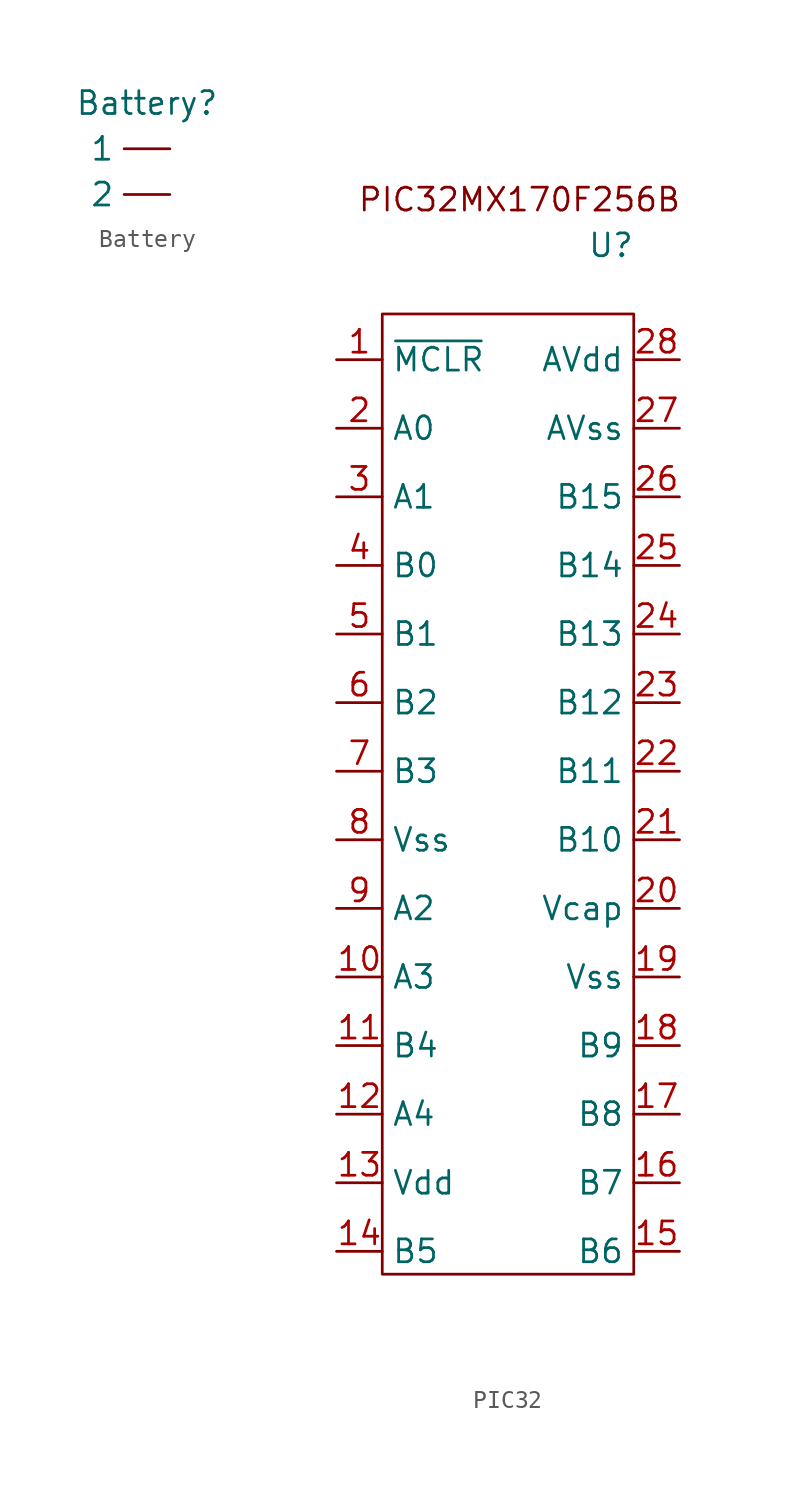
<source format=kicad_sym>
(kicad_symbol_lib
  (version 20220914)
  (generator kicad_symbol_editor)
  (symbol "Battery"
    (property "Reference" "Battery"
      (at 0 0 0)
      (effects (font (size 1.27 1.27))))
    (property "Value" ""
      (at 0 0 0)
      (effects (font (size 1.27 1.27))))
    (symbol "Battery_1_1"
      (pin input line (at 1.27 -2.54 180) (length 2.54) (name "1" (effects (font (size 1.27 1.27)))) (number "" (effects (font (size 1.27 1.27)))))
      (pin input line (at 1.27 -5.08 180) (length 2.54) (name "2" (effects (font (size 1.27 1.27)))) (number "" (effects (font (size 1.27 1.27)))))))
  (symbol "PIC32"
    (property "Reference" "U"
      (at 8.89 10.16 0)
      (effects (font (size 1.27 1.27))))
    (property "Value" ""
      (at -5.08 2.54 0)
      (effects (font (size 1.27 1.27))))
    (symbol "PIC32_0_1"
      (rectangle (start -3.81 6.35) (end 10.16 -46.99) (stroke (width 0) (type default)) (fill (type none))))
    (symbol "PIC32_1_1"
      (text "PIC32MX170F256B" (at 3.81 12.7 0) (effects (font (size 1.27 1.27))))
      (pin input line (at -6.35 3.81 0) (length 2.54) (name "~{MCLR}" (effects (font (size 1.27 1.27)))) (number "1" (effects (font (size 1.27 1.27)))))
      (pin input line (at -6.35 -30.48 0) (length 2.54) (name "A3" (effects (font (size 1.27 1.27)))) (number "10" (effects (font (size 1.27 1.27)))))
      (pin input line (at -6.35 -34.29 0) (length 2.54) (name "B4" (effects (font (size 1.27 1.27)))) (number "11" (effects (font (size 1.27 1.27)))))
      (pin input line (at -6.35 -38.1 0) (length 2.54) (name "A4" (effects (font (size 1.27 1.27)))) (number "12" (effects (font (size 1.27 1.27)))))
      (pin input line (at -6.35 -41.91 0) (length 2.54) (name "Vdd" (effects (font (size 1.27 1.27)))) (number "13" (effects (font (size 1.27 1.27)))))
      (pin input line (at -6.35 -45.72 0) (length 2.54) (name "B5" (effects (font (size 1.27 1.27)))) (number "14" (effects (font (size 1.27 1.27)))))
      (pin input line (at 12.7 -45.72 180) (length 2.54) (name "B6" (effects (font (size 1.27 1.27)))) (number "15" (effects (font (size 1.27 1.27)))))
      (pin input line (at 12.7 -41.91 180) (length 2.54) (name "B7" (effects (font (size 1.27 1.27)))) (number "16" (effects (font (size 1.27 1.27)))))
      (pin input line (at 12.7 -38.1 180) (length 2.54) (name "B8" (effects (font (size 1.27 1.27)))) (number "17" (effects (font (size 1.27 1.27)))))
      (pin input line (at 12.7 -34.29 180) (length 2.54) (name "B9" (effects (font (size 1.27 1.27)))) (number "18" (effects (font (size 1.27 1.27)))))
      (pin input line (at 12.7 -30.48 180) (length 2.54) (name "Vss" (effects (font (size 1.27 1.27)))) (number "19" (effects (font (size 1.27 1.27)))))
      (pin input line (at -6.35 0 0) (length 2.54) (name "A0" (effects (font (size 1.27 1.27)))) (number "2" (effects (font (size 1.27 1.27)))))
      (pin input line (at 12.7 -26.67 180) (length 2.54) (name "Vcap" (effects (font (size 1.27 1.27)))) (number "20" (effects (font (size 1.27 1.27)))))
      (pin input line (at 12.7 -22.86 180) (length 2.54) (name "B10" (effects (font (size 1.27 1.27)))) (number "21" (effects (font (size 1.27 1.27)))))
      (pin input line (at 12.7 -19.05 180) (length 2.54) (name "B11" (effects (font (size 1.27 1.27)))) (number "22" (effects (font (size 1.27 1.27)))))
      (pin input line (at 12.7 -15.24 180) (length 2.54) (name "B12" (effects (font (size 1.27 1.27)))) (number "23" (effects (font (size 1.27 1.27)))))
      (pin input line (at 12.7 -11.43 180) (length 2.54) (name "B13" (effects (font (size 1.27 1.27)))) (number "24" (effects (font (size 1.27 1.27)))))
      (pin input line (at 12.7 -7.62 180) (length 2.54) (name "B14" (effects (font (size 1.27 1.27)))) (number "25" (effects (font (size 1.27 1.27)))))
      (pin input line (at 12.7 -3.81 180) (length 2.54) (name "B15" (effects (font (size 1.27 1.27)))) (number "26" (effects (font (size 1.27 1.27)))))
      (pin input line (at 12.7 0 180) (length 2.54) (name "AVss" (effects (font (size 1.27 1.27)))) (number "27" (effects (font (size 1.27 1.27)))))
      (pin input line (at 12.7 3.81 180) (length 2.54) (name "AVdd" (effects (font (size 1.27 1.27)))) (number "28" (effects (font (size 1.27 1.27)))))
      (pin input line (at -6.35 -3.81 0) (length 2.54) (name "A1" (effects (font (size 1.27 1.27)))) (number "3" (effects (font (size 1.27 1.27)))))
      (pin input line (at -6.35 -7.62 0) (length 2.54) (name "B0" (effects (font (size 1.27 1.27)))) (number "4" (effects (font (size 1.27 1.27)))))
      (pin input line (at -6.35 -11.43 0) (length 2.54) (name "B1" (effects (font (size 1.27 1.27)))) (number "5" (effects (font (size 1.27 1.27)))))
      (pin input line (at -6.35 -15.24 0) (length 2.54) (name "B2" (effects (font (size 1.27 1.27)))) (number "6" (effects (font (size 1.27 1.27)))))
      (pin input line (at -6.35 -19.05 0) (length 2.54) (name "B3" (effects (font (size 1.27 1.27)))) (number "7" (effects (font (size 1.27 1.27)))))
      (pin input line (at -6.35 -22.86 0) (length 2.54) (name "Vss" (effects (font (size 1.27 1.27)))) (number "8" (effects (font (size 1.27 1.27)))))
      (pin input line (at -6.35 -26.67 0) (length 2.54) (name "A2" (effects (font (size 1.27 1.27)))) (number "9" (effects (font (size 1.27 1.27))))))))
</source>
